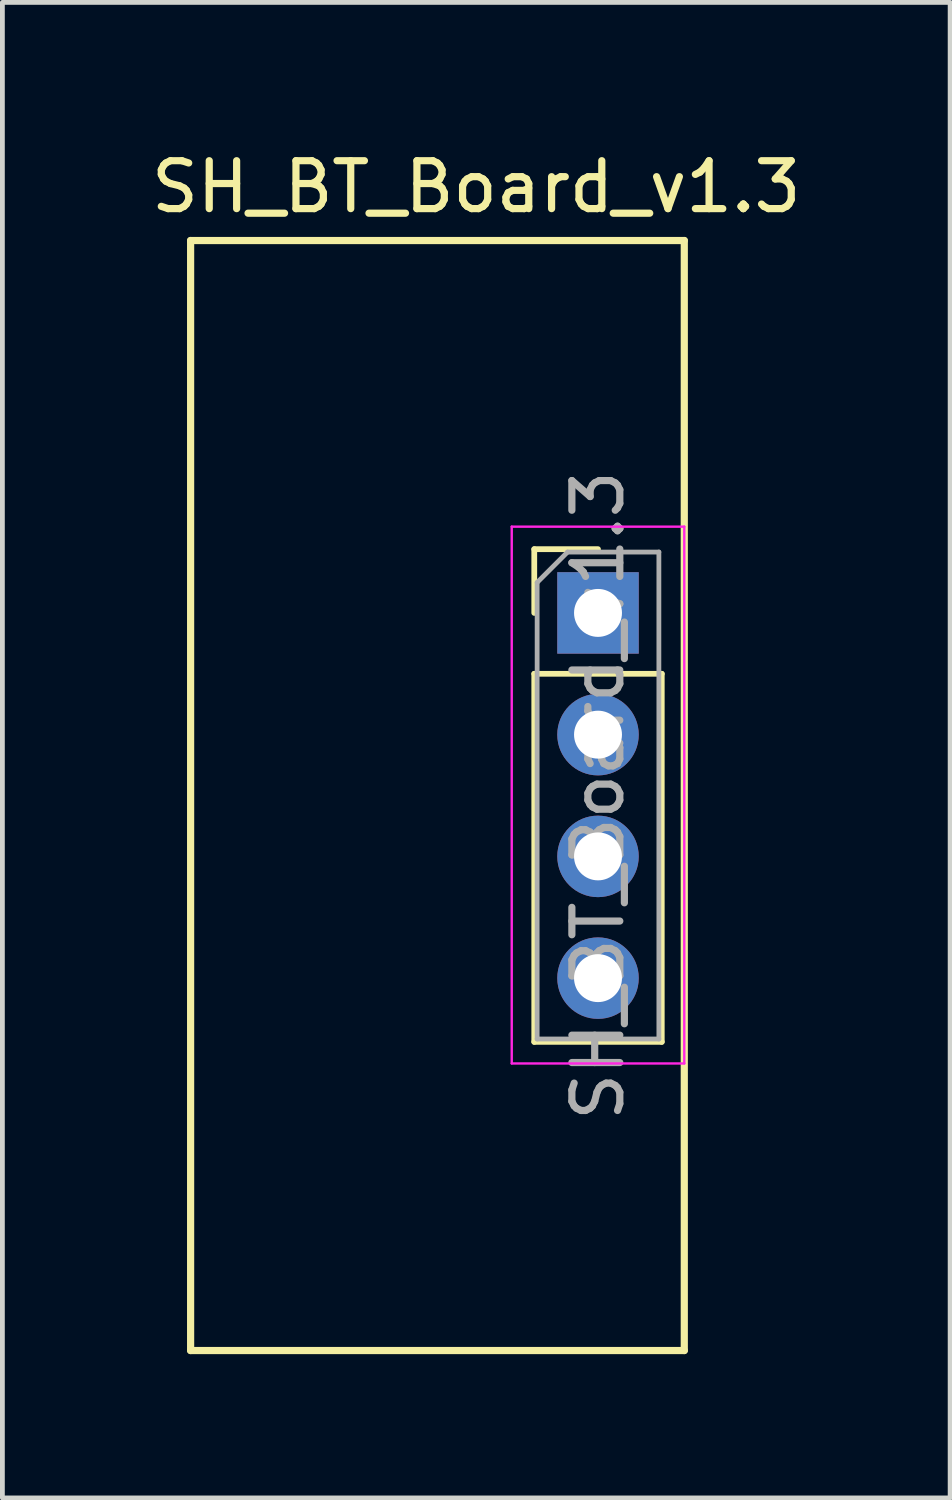
<source format=kicad_pcb>
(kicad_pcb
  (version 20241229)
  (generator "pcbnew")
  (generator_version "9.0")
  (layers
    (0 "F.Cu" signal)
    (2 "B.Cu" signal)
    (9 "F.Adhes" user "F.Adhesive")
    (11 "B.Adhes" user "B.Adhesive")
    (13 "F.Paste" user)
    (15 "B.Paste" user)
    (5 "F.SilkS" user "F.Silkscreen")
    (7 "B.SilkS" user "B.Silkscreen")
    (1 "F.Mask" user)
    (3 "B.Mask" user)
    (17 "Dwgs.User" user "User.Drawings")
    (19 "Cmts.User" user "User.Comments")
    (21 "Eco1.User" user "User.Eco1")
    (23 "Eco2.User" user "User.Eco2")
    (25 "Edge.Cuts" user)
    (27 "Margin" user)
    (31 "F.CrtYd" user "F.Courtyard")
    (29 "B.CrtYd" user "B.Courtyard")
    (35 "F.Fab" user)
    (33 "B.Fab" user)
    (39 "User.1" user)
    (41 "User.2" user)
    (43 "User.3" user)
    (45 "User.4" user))
  (footprint "SH_BT_Board_v1.3"
    (layer "F.Cu")
    (at 9.427 9.738)
    (property "Reference" "SH_BT_Board_v1.3" (at -2.54 -8.89 0) (layer "F.SilkS") (effects (font (size 1 1) (thickness 0.15))))
    (attr through_hole)
    (fp_line (start -8.5 -7.77) (end -8.5 15.39) (stroke (width 0.15) (type solid)) (layer "F.SilkS"))
    (fp_line (start -8.5 -7.77) (end 1.8 -7.77) (stroke (width 0.15) (type solid)) (layer "F.SilkS"))
    (fp_line (start -8.5 15.39) (end 1.8 15.39) (stroke (width 0.15) (type solid)) (layer "F.SilkS"))
    (fp_line (start -1.33 -1.33) (end 0 -1.33) (stroke (width 0.12) (type solid)) (layer "F.SilkS"))
    (fp_line (start -1.33 0) (end -1.33 -1.33) (stroke (width 0.12) (type solid)) (layer "F.SilkS"))
    (fp_line (start -1.33 1.27) (end -1.33 8.95) (stroke (width 0.12) (type solid)) (layer "F.SilkS"))
    (fp_line (start -1.33 1.27) (end 1.33 1.27) (stroke (width 0.12) (type solid)) (layer "F.SilkS"))
    (fp_line (start -1.33 8.95) (end 1.33 8.95) (stroke (width 0.12) (type solid)) (layer "F.SilkS"))
    (fp_line (start 1.33 1.27) (end 1.33 8.95) (stroke (width 0.12) (type solid)) (layer "F.SilkS"))
    (fp_line (start 1.8 -7.77) (end 1.8 15.39) (stroke (width 0.15) (type solid)) (layer "F.SilkS"))
    (fp_line (start -1.8 -1.8) (end -1.8 9.4) (stroke (width 0.05) (type solid)) (layer "F.CrtYd"))
    (fp_line (start -1.8 9.4) (end 1.8 9.4) (stroke (width 0.05) (type solid)) (layer "F.CrtYd"))
    (fp_line (start 1.8 -1.8) (end -1.8 -1.8) (stroke (width 0.05) (type solid)) (layer "F.CrtYd"))
    (fp_line (start 1.8 9.4) (end 1.8 -1.8) (stroke (width 0.05) (type solid)) (layer "F.CrtYd"))
    (fp_line (start -1.27 -0.635) (end -0.635 -1.27) (stroke (width 0.1) (type solid)) (layer "F.Fab"))
    (fp_line (start -1.27 8.89) (end -1.27 -0.635) (stroke (width 0.1) (type solid)) (layer "F.Fab"))
    (fp_line (start -0.635 -1.27) (end 1.27 -1.27) (stroke (width 0.1) (type solid)) (layer "F.Fab"))
    (fp_line (start 1.27 -1.27) (end 1.27 8.89) (stroke (width 0.1) (type solid)) (layer "F.Fab"))
    (fp_line (start 1.27 8.89) (end -1.27 8.89) (stroke (width 0.1) (type solid)) (layer "F.Fab"))
    (fp_text user "${REFERENCE}" (at 0 3.81 90) (layer "F.Fab") (effects (font (size 1 1) (thickness 0.15))))
    (pad "1" thru_hole rect (at 0 0) (size 1.7 1.7) (drill 1) (layers "*.Cu" "*.Mask"))
    (pad "2" thru_hole oval (at 0 2.54) (size 1.7 1.7) (drill 1) (layers "*.Cu" "*.Mask"))
    (pad "3" thru_hole oval (at 0 5.08) (size 1.7 1.7) (drill 1) (layers "*.Cu" "*.Mask"))
    (pad "4" thru_hole oval (at 0 7.62) (size 1.7 1.7) (drill 1) (layers "*.Cu" "*.Mask")))
  (gr_rect
    (start -3 -3)
    (end 16.774 28.203)
    (stroke (width 0.1) (type default))
    (fill no)
    (layer "Edge.Cuts")))
</source>
